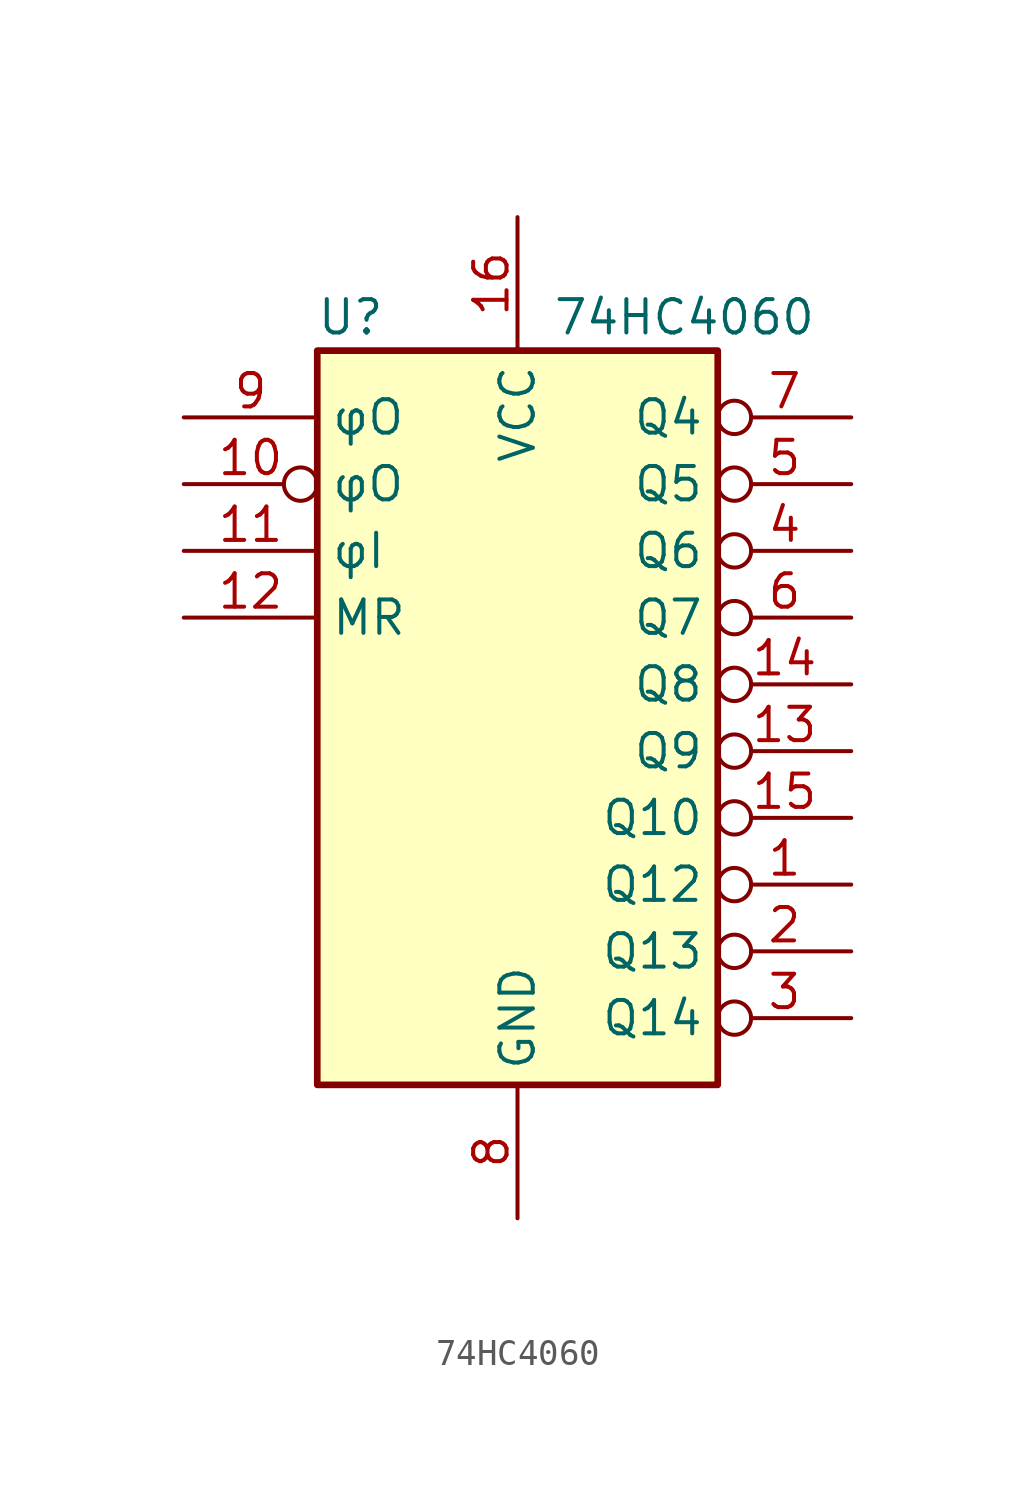
<source format=kicad_sym>
(kicad_symbol_lib
  (version 20211014)
  (generator kicad_symbol_editor)
  (symbol "74HC4060"
    (property "Reference" "U"
      (at -6.35 15.24 0)
      (effects (font (size 1.27 1.27))))
    (property "Value" "74HC4060"
      (at 6.35 15.24 0)
      (effects (font (size 1.27 1.27))))
    (symbol "74HC4060_1_0"
      (pin output inverted (at 12.7 -6.35 180) (length 5.08) (name "Q12" (effects (font (size 1.27 1.27)))) (number "1" (effects (font (size 1.27 1.27)))))
      (pin output inverted (at -12.7 8.89 0) (length 5.08) (name "φO" (effects (font (size 1.27 1.27)))) (number "10" (effects (font (size 1.27 1.27)))))
      (pin input line (at -12.7 6.35 0) (length 5.08) (name "φI" (effects (font (size 1.27 1.27)))) (number "11" (effects (font (size 1.27 1.27)))))
      (pin input line (at -12.7 3.81 0) (length 5.08) (name "MR" (effects (font (size 1.27 1.27)))) (number "12" (effects (font (size 1.27 1.27)))))
      (pin output inverted (at 12.7 -1.27 180) (length 5.08) (name "Q9" (effects (font (size 1.27 1.27)))) (number "13" (effects (font (size 1.27 1.27)))))
      (pin output inverted (at 12.7 1.27 180) (length 5.08) (name "Q8" (effects (font (size 1.27 1.27)))) (number "14" (effects (font (size 1.27 1.27)))))
      (pin output inverted (at 12.7 -3.81 180) (length 5.08) (name "Q10" (effects (font (size 1.27 1.27)))) (number "15" (effects (font (size 1.27 1.27)))))
      (pin power_in line (at 0 19.05 270) (length 5.08) (name "VCC" (effects (font (size 1.27 1.27)))) (number "16" (effects (font (size 1.27 1.27)))))
      (pin output inverted (at 12.7 -8.89 180) (length 5.08) (name "Q13" (effects (font (size 1.27 1.27)))) (number "2" (effects (font (size 1.27 1.27)))))
      (pin output inverted (at 12.7 -11.43 180) (length 5.08) (name "Q14" (effects (font (size 1.27 1.27)))) (number "3" (effects (font (size 1.27 1.27)))))
      (pin output inverted (at 12.7 6.35 180) (length 5.08) (name "Q6" (effects (font (size 1.27 1.27)))) (number "4" (effects (font (size 1.27 1.27)))))
      (pin output inverted (at 12.7 8.89 180) (length 5.08) (name "Q5" (effects (font (size 1.27 1.27)))) (number "5" (effects (font (size 1.27 1.27)))))
      (pin output inverted (at 12.7 3.81 180) (length 5.08) (name "Q7" (effects (font (size 1.27 1.27)))) (number "6" (effects (font (size 1.27 1.27)))))
      (pin output inverted (at 12.7 11.43 180) (length 5.08) (name "Q4" (effects (font (size 1.27 1.27)))) (number "7" (effects (font (size 1.27 1.27)))))
      (pin power_in line (at 0 -19.05 90) (length 5.08) (name "GND" (effects (font (size 1.27 1.27)))) (number "8" (effects (font (size 1.27 1.27)))))
      (pin output line (at -12.7 11.43 0) (length 5.08) (name "φO" (effects (font (size 1.27 1.27)))) (number "9" (effects (font (size 1.27 1.27))))))
    (symbol "74HC4060_1_1"
      (rectangle (start -7.62 13.97) (end 7.62 -13.97) (stroke (width 0.254) (type default) (color 0 0 0 0)) (fill (type background))))))
</source>
